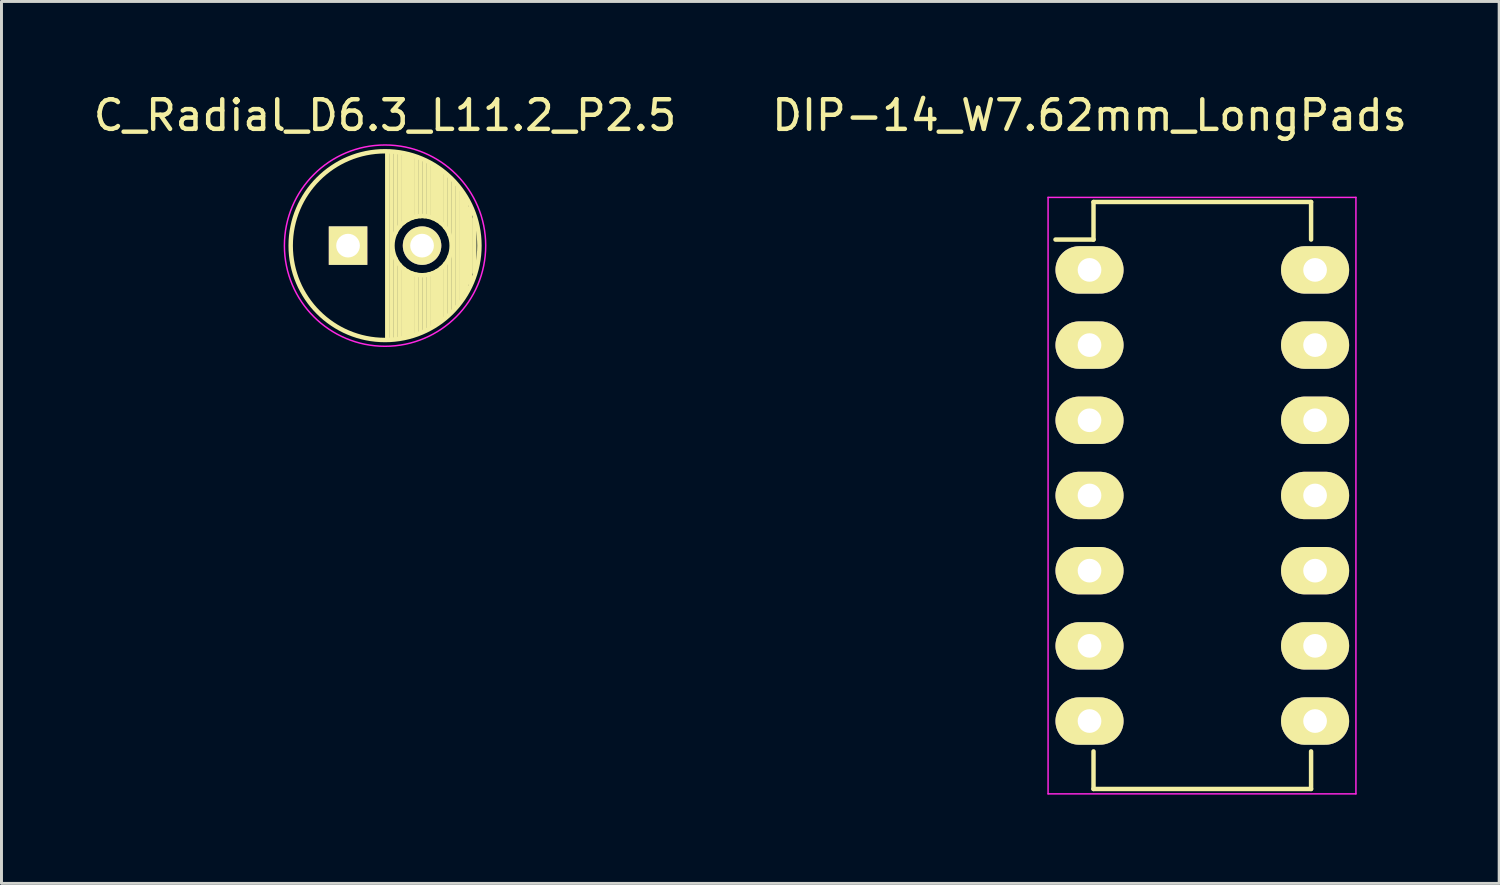
<source format=kicad_pcb>
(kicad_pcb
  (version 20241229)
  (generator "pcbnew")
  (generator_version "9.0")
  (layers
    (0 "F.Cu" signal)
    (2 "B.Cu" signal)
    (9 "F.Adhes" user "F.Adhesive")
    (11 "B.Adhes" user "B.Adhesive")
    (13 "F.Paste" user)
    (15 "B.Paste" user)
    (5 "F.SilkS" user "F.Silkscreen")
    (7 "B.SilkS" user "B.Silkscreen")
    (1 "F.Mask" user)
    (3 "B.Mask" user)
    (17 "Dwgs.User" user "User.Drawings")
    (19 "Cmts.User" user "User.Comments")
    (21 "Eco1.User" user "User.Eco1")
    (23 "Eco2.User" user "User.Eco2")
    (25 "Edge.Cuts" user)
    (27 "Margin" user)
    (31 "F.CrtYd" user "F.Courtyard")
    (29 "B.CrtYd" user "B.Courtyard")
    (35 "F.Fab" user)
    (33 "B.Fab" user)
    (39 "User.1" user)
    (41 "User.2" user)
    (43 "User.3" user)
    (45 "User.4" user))
  (footprint "C_Radial_D6.3_L11.2_P2.5"
    (layer "F.Cu")
    (at 8.708 5.248)
    (property "Reference" "C_Radial_D6.3_L11.2_P2.5" (at 1.25 -4.4 0) (layer "F.SilkS") (effects (font (size 1 1) (thickness 0.15))))
    (attr through_hole)
    (fp_line (start 1.325 -3.149) (end 1.325 3.149) (stroke (width 0.15) (type solid)) (layer "F.SilkS"))
    (fp_line (start 1.465 -3.143) (end 1.465 3.143) (stroke (width 0.15) (type solid)) (layer "F.SilkS"))
    (fp_line (start 1.605 -3.13) (end 1.605 -0.446) (stroke (width 0.15) (type solid)) (layer "F.SilkS"))
    (fp_line (start 1.605 0.446) (end 1.605 3.13) (stroke (width 0.15) (type solid)) (layer "F.SilkS"))
    (fp_line (start 1.745 -3.111) (end 1.745 -0.656) (stroke (width 0.15) (type solid)) (layer "F.SilkS"))
    (fp_line (start 1.745 0.656) (end 1.745 3.111) (stroke (width 0.15) (type solid)) (layer "F.SilkS"))
    (fp_line (start 1.885 -3.085) (end 1.885 -0.789) (stroke (width 0.15) (type solid)) (layer "F.SilkS"))
    (fp_line (start 1.885 0.789) (end 1.885 3.085) (stroke (width 0.15) (type solid)) (layer "F.SilkS"))
    (fp_line (start 2.025 -3.053) (end 2.025 -0.88) (stroke (width 0.15) (type solid)) (layer "F.SilkS"))
    (fp_line (start 2.025 0.88) (end 2.025 3.053) (stroke (width 0.15) (type solid)) (layer "F.SilkS"))
    (fp_line (start 2.165 -3.014) (end 2.165 -0.942) (stroke (width 0.15) (type solid)) (layer "F.SilkS"))
    (fp_line (start 2.165 0.942) (end 2.165 3.014) (stroke (width 0.15) (type solid)) (layer "F.SilkS"))
    (fp_line (start 2.305 -2.968) (end 2.305 -0.981) (stroke (width 0.15) (type solid)) (layer "F.SilkS"))
    (fp_line (start 2.305 0.981) (end 2.305 2.968) (stroke (width 0.15) (type solid)) (layer "F.SilkS"))
    (fp_line (start 2.445 -2.915) (end 2.445 -0.998) (stroke (width 0.15) (type solid)) (layer "F.SilkS"))
    (fp_line (start 2.445 0.998) (end 2.445 2.915) (stroke (width 0.15) (type solid)) (layer "F.SilkS"))
    (fp_line (start 2.585 -2.853) (end 2.585 -0.996) (stroke (width 0.15) (type solid)) (layer "F.SilkS"))
    (fp_line (start 2.585 0.996) (end 2.585 2.853) (stroke (width 0.15) (type solid)) (layer "F.SilkS"))
    (fp_line (start 2.725 -2.783) (end 2.725 -0.974) (stroke (width 0.15) (type solid)) (layer "F.SilkS"))
    (fp_line (start 2.725 0.974) (end 2.725 2.783) (stroke (width 0.15) (type solid)) (layer "F.SilkS"))
    (fp_line (start 2.865 -2.704) (end 2.865 -0.931) (stroke (width 0.15) (type solid)) (layer "F.SilkS"))
    (fp_line (start 2.865 0.931) (end 2.865 2.704) (stroke (width 0.15) (type solid)) (layer "F.SilkS"))
    (fp_line (start 3.005 -2.616) (end 3.005 -0.863) (stroke (width 0.15) (type solid)) (layer "F.SilkS"))
    (fp_line (start 3.005 0.863) (end 3.005 2.616) (stroke (width 0.15) (type solid)) (layer "F.SilkS"))
    (fp_line (start 3.145 -2.516) (end 3.145 -0.764) (stroke (width 0.15) (type solid)) (layer "F.SilkS"))
    (fp_line (start 3.145 0.764) (end 3.145 2.516) (stroke (width 0.15) (type solid)) (layer "F.SilkS"))
    (fp_line (start 3.285 -2.404) (end 3.285 -0.619) (stroke (width 0.15) (type solid)) (layer "F.SilkS"))
    (fp_line (start 3.285 0.619) (end 3.285 2.404) (stroke (width 0.15) (type solid)) (layer "F.SilkS"))
    (fp_line (start 3.425 -2.279) (end 3.425 -0.38) (stroke (width 0.15) (type solid)) (layer "F.SilkS"))
    (fp_line (start 3.425 0.38) (end 3.425 2.279) (stroke (width 0.15) (type solid)) (layer "F.SilkS"))
    (fp_line (start 3.565 -2.136) (end 3.565 2.136) (stroke (width 0.15) (type solid)) (layer "F.SilkS"))
    (fp_line (start 3.705 -1.974) (end 3.705 1.974) (stroke (width 0.15) (type solid)) (layer "F.SilkS"))
    (fp_line (start 3.845 -1.786) (end 3.845 1.786) (stroke (width 0.15) (type solid)) (layer "F.SilkS"))
    (fp_line (start 3.985 -1.563) (end 3.985 1.563) (stroke (width 0.15) (type solid)) (layer "F.SilkS"))
    (fp_line (start 4.125 -1.287) (end 4.125 1.287) (stroke (width 0.15) (type solid)) (layer "F.SilkS"))
    (fp_line (start 4.265 -0.912) (end 4.265 0.912) (stroke (width 0.15) (type solid)) (layer "F.SilkS"))
    (fp_circle (center 1.25 0) (end 1.25 -3.188) (stroke (width 0.15) (type solid)) (fill no) (layer "F.SilkS"))
    (fp_circle (center 2.5 0) (end 2.5 -1) (stroke (width 0.15) (type solid)) (fill no) (layer "F.SilkS"))
    (fp_circle (center 1.25 0) (end 1.25 -3.4) (stroke (width 0.05) (type solid)) (fill no) (layer "F.CrtYd"))
    (pad "1" thru_hole rect (at 0 0) (size 1.3 1.3) (drill 0.8) (layers "*.Cu" "*.Mask" "F.SilkS"))
    (pad "2" thru_hole circle (at 2.5 0) (size 1.3 1.3) (drill 0.8) (layers "*.Cu" "*.Mask" "F.SilkS")))
  (footprint "DIP-14_W7.62mm_LongPads"
    (layer "F.Cu")
    (at 33.756 6.068)
    (property "Reference" "DIP-14_W7.62mm_LongPads" (at 0 -5.22 0) (layer "F.SilkS") (effects (font (size 1 1) (thickness 0.15))))
    (attr through_hole)
    (fp_line (start 0.135 -2.295) (end 0.135 -1.025) (stroke (width 0.15) (type solid)) (layer "F.SilkS"))
    (fp_line (start 0.135 -2.295) (end 7.485 -2.295) (stroke (width 0.15) (type solid)) (layer "F.SilkS"))
    (fp_line (start 0.135 -1.025) (end -1.15 -1.025) (stroke (width 0.15) (type solid)) (layer "F.SilkS"))
    (fp_line (start 0.135 17.535) (end 0.135 16.265) (stroke (width 0.15) (type solid)) (layer "F.SilkS"))
    (fp_line (start 0.135 17.535) (end 7.485 17.535) (stroke (width 0.15) (type solid)) (layer "F.SilkS"))
    (fp_line (start 7.485 -2.295) (end 7.485 -1.025) (stroke (width 0.15) (type solid)) (layer "F.SilkS"))
    (fp_line (start 7.485 17.535) (end 7.485 16.265) (stroke (width 0.15) (type solid)) (layer "F.SilkS"))
    (fp_line (start -1.4 -2.45) (end -1.4 17.7) (stroke (width 0.05) (type solid)) (layer "F.CrtYd"))
    (fp_line (start -1.4 -2.45) (end 9 -2.45) (stroke (width 0.05) (type solid)) (layer "F.CrtYd"))
    (fp_line (start -1.4 17.7) (end 9 17.7) (stroke (width 0.05) (type solid)) (layer "F.CrtYd"))
    (fp_line (start 9 -2.45) (end 9 17.7) (stroke (width 0.05) (type solid)) (layer "F.CrtYd"))
    (pad "1" thru_hole oval (at 0 0) (size 2.3 1.6) (drill 0.8) (layers "*.Cu" "*.Mask" "F.SilkS"))
    (pad "2" thru_hole oval (at 0 2.54) (size 2.3 1.6) (drill 0.8) (layers "*.Cu" "*.Mask" "F.SilkS"))
    (pad "3" thru_hole oval (at 0 5.08) (size 2.3 1.6) (drill 0.8) (layers "*.Cu" "*.Mask" "F.SilkS"))
    (pad "4" thru_hole oval (at 0 7.62) (size 2.3 1.6) (drill 0.8) (layers "*.Cu" "*.Mask" "F.SilkS"))
    (pad "5" thru_hole oval (at 0 10.16) (size 2.3 1.6) (drill 0.8) (layers "*.Cu" "*.Mask" "F.SilkS"))
    (pad "6" thru_hole oval (at 0 12.7) (size 2.3 1.6) (drill 0.8) (layers "*.Cu" "*.Mask" "F.SilkS"))
    (pad "7" thru_hole oval (at 0 15.24) (size 2.3 1.6) (drill 0.8) (layers "*.Cu" "*.Mask" "F.SilkS"))
    (pad "8" thru_hole oval (at 7.62 15.24) (size 2.3 1.6) (drill 0.8) (layers "*.Cu" "*.Mask" "F.SilkS"))
    (pad "9" thru_hole oval (at 7.62 12.7) (size 2.3 1.6) (drill 0.8) (layers "*.Cu" "*.Mask" "F.SilkS"))
    (pad "10" thru_hole oval (at 7.62 10.16) (size 2.3 1.6) (drill 0.8) (layers "*.Cu" "*.Mask" "F.SilkS"))
    (pad "11" thru_hole oval (at 7.62 7.62) (size 2.3 1.6) (drill 0.8) (layers "*.Cu" "*.Mask" "F.SilkS"))
    (pad "12" thru_hole oval (at 7.62 5.08) (size 2.3 1.6) (drill 0.8) (layers "*.Cu" "*.Mask" "F.SilkS"))
    (pad "13" thru_hole oval (at 7.62 2.54) (size 2.3 1.6) (drill 0.8) (layers "*.Cu" "*.Mask" "F.SilkS"))
    (pad "14" thru_hole oval (at 7.62 0) (size 2.3 1.6) (drill 0.8) (layers "*.Cu" "*.Mask" "F.SilkS")))
  (gr_rect
    (start -3 -3)
    (end 47.595 26.793)
    (stroke (width 0.1) (type default))
    (fill no)
    (layer "Edge.Cuts")))
</source>
